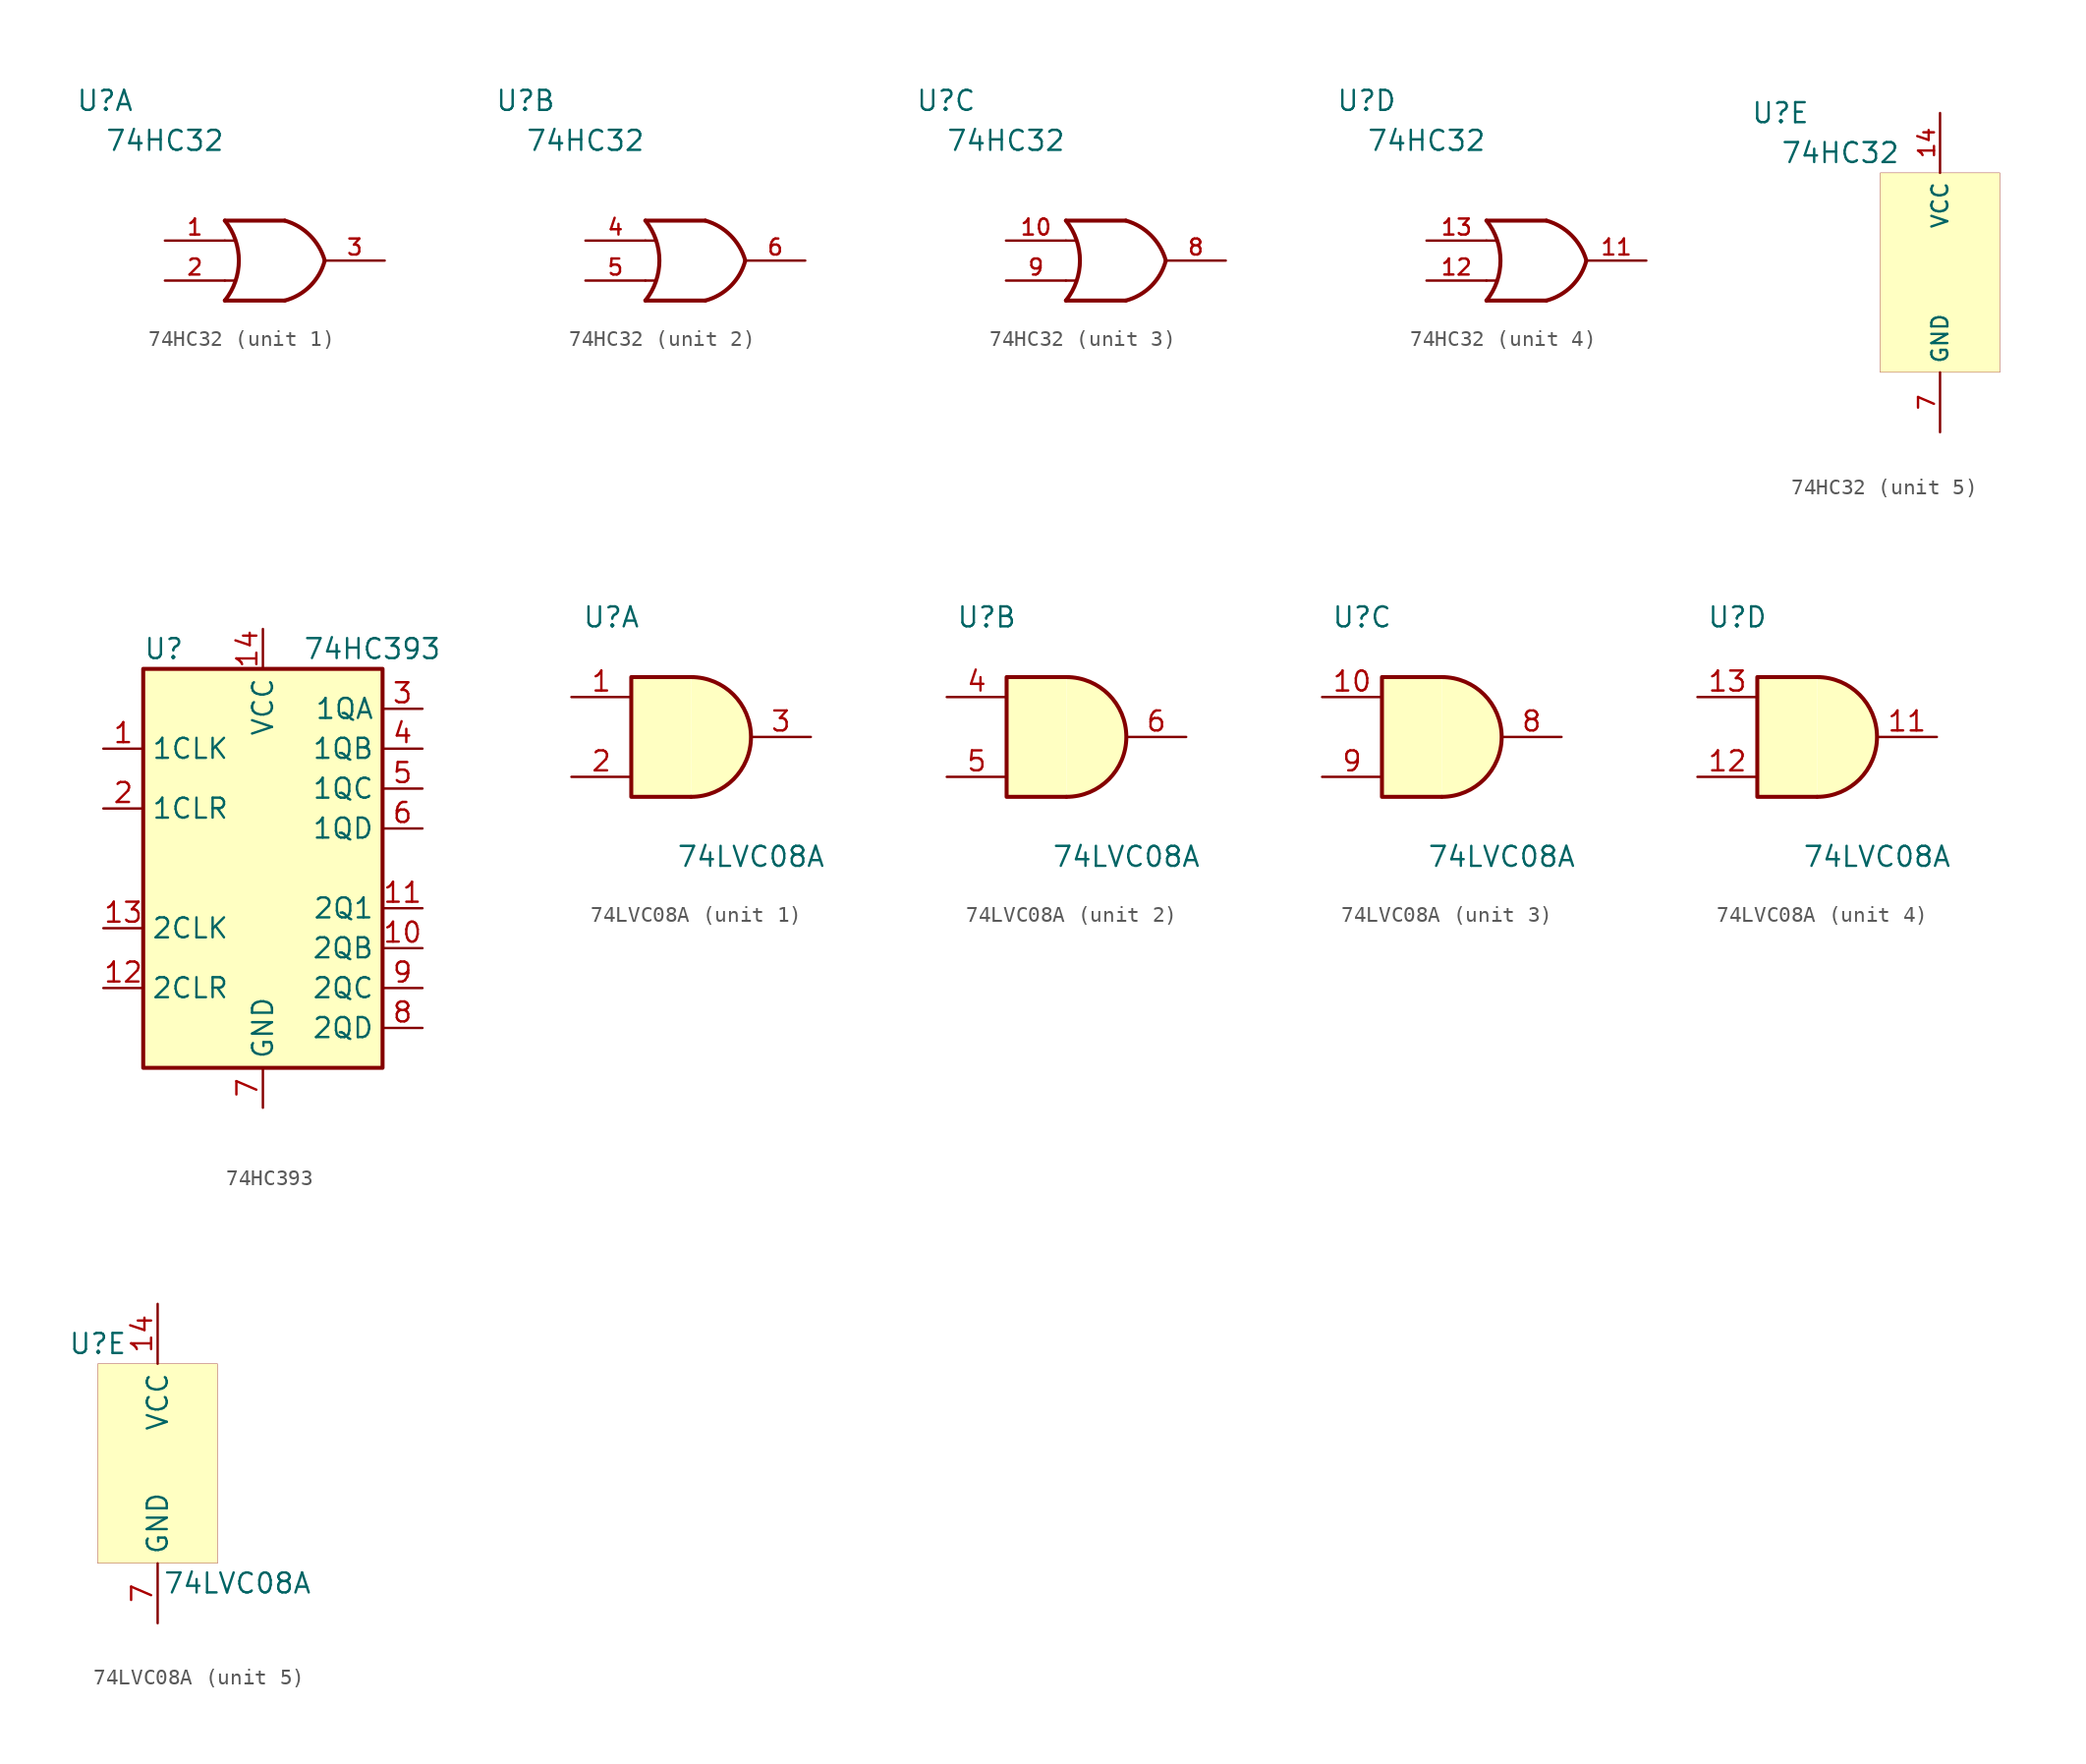
<source format=kicad_sym>
(kicad_symbol_lib
  (version 20200126)
  (host kicad_symbol_editor "(5.99.0-1879-g3bd4c0c5d)")
  (symbol "local-74xx:74HC32"
    (property "Reference" "U"
      (at -10.16 10.16 0)
      (effects (font (size 1.27 1.27))))
    (property "Value" "74HC32"
      (at -6.35 7.62 0)
      (effects (font (size 1.27 1.27))))
    (property "ki_locked" ""
      (at 0 0 0)
      (effects (font (size 1.27 1.27))))
    (symbol "74HC32_1_1"
      (arc (start -2.54 2.54) (end -2.54 -2.54) (radius (at -5.715 0) (length 4.064) (angles 38.6 -38.6)) (stroke (width 0.254)) (fill (type none)))
      (arc (start 1.27 2.54) (end 3.81 0) (radius (at 0.3048 -0.9398) (length 3.6068) (angles 74.4 15)) (stroke (width 0.254)) (fill (type none)))
      (arc (start 1.27 -2.54) (end 3.81 0) (radius (at 0.3048 0.9398) (length 3.6068) (angles -74.4 -15)) (stroke (width 0.254)) (fill (type none)))
      (polyline (pts (xy -2.54 -1.27) (xy -1.905 -1.27)) (stroke (width 0)) (fill (type none)))
      (polyline (pts (xy -2.54 1.27) (xy -1.905 1.27)) (stroke (width 0)) (fill (type none)))
      (polyline (pts (xy 1.27 -2.54) (xy -2.54 -2.54)) (stroke (width 0.254)) (fill (type background)))
      (polyline (pts (xy 1.27 2.54) (xy -2.54 2.54)) (stroke (width 0.254)) (fill (type background)))
      (pin output line (at 7.62 0 180) (length 3.81) (name "~" (effects (font (size 1.016 1.016)))) (number "3" (effects (font (size 1.016 1.016)))))
      (pin input line (at -6.35 1.27 0) (length 3.81) (name "~" (effects (font (size 1.016 1.016)))) (number "1" (effects (font (size 1.016 1.016)))))
      (pin input line (at -6.35 -1.27 0) (length 3.81) (name "~" (effects (font (size 1.016 1.016)))) (number "2" (effects (font (size 1.016 1.016))))))
    (symbol "74HC32_2_1"
      (arc (start -2.54 2.54) (end -2.54 -2.54) (radius (at -5.715 0) (length 4.064) (angles 38.6 -38.6)) (stroke (width 0.254)) (fill (type none)))
      (arc (start 1.27 2.54) (end 3.81 0) (radius (at 0.3048 -0.9398) (length 3.6068) (angles 74.4 15)) (stroke (width 0.254)) (fill (type none)))
      (arc (start 1.27 -2.54) (end 3.81 0) (radius (at 0.3048 0.9398) (length 3.6068) (angles -74.4 -15)) (stroke (width 0.254)) (fill (type none)))
      (polyline (pts (xy -2.54 -1.27) (xy -1.905 -1.27)) (stroke (width 0)) (fill (type none)))
      (polyline (pts (xy -2.54 1.27) (xy -1.905 1.27)) (stroke (width 0)) (fill (type none)))
      (polyline (pts (xy 1.27 -2.54) (xy -2.54 -2.54)) (stroke (width 0.254)) (fill (type background)))
      (polyline (pts (xy 1.27 2.54) (xy -2.54 2.54)) (stroke (width 0.254)) (fill (type background)))
      (pin input line (at -6.35 1.27 0) (length 3.81) (name "~" (effects (font (size 1.016 1.016)))) (number "4" (effects (font (size 1.016 1.016)))))
      (pin input line (at -6.35 -1.27 0) (length 3.81) (name "~" (effects (font (size 1.016 1.016)))) (number "5" (effects (font (size 1.016 1.016)))))
      (pin output line (at 7.62 0 180) (length 3.81) (name "~" (effects (font (size 1.016 1.016)))) (number "6" (effects (font (size 1.016 1.016))))))
    (symbol "74HC32_3_1"
      (arc (start -2.54 2.54) (end -2.54 -2.54) (radius (at -5.715 0) (length 4.064) (angles 38.6 -38.6)) (stroke (width 0.254)) (fill (type none)))
      (arc (start 1.27 2.54) (end 3.81 0) (radius (at 0.3048 -0.9398) (length 3.6068) (angles 74.4 15)) (stroke (width 0.254)) (fill (type none)))
      (arc (start 1.27 -2.54) (end 3.81 0) (radius (at 0.3048 0.9398) (length 3.6068) (angles -74.4 -15)) (stroke (width 0.254)) (fill (type none)))
      (polyline (pts (xy -2.54 -1.27) (xy -1.905 -1.27)) (stroke (width 0)) (fill (type none)))
      (polyline (pts (xy -2.54 1.27) (xy -1.905 1.27)) (stroke (width 0)) (fill (type none)))
      (polyline (pts (xy 1.27 -2.54) (xy -2.54 -2.54)) (stroke (width 0.254)) (fill (type background)))
      (polyline (pts (xy 1.27 2.54) (xy -2.54 2.54)) (stroke (width 0.254)) (fill (type background)))
      (pin input line (at -6.35 1.27 0) (length 3.81) (name "~" (effects (font (size 1.016 1.016)))) (number "10" (effects (font (size 1.016 1.016)))))
      (pin input line (at -6.35 -1.27 0) (length 3.81) (name "~" (effects (font (size 1.016 1.016)))) (number "9" (effects (font (size 1.016 1.016)))))
      (pin output line (at 7.62 0 180) (length 3.81) (name "~" (effects (font (size 1.016 1.016)))) (number "8" (effects (font (size 1.016 1.016))))))
    (symbol "74HC32_4_1"
      (arc (start -2.54 2.54) (end -2.54 -2.54) (radius (at -5.715 0) (length 4.064) (angles 38.6 -38.6)) (stroke (width 0.254)) (fill (type none)))
      (arc (start 1.27 2.54) (end 3.81 0) (radius (at 0.3048 -0.9398) (length 3.6068) (angles 74.4 15)) (stroke (width 0.254)) (fill (type none)))
      (arc (start 1.27 -2.54) (end 3.81 0) (radius (at 0.3048 0.9398) (length 3.6068) (angles -74.4 -15)) (stroke (width 0.254)) (fill (type none)))
      (polyline (pts (xy -2.54 -1.27) (xy -1.905 -1.27)) (stroke (width 0)) (fill (type none)))
      (polyline (pts (xy -2.54 1.27) (xy -1.905 1.27)) (stroke (width 0)) (fill (type none)))
      (polyline (pts (xy 1.27 -2.54) (xy -2.54 -2.54)) (stroke (width 0.254)) (fill (type background)))
      (polyline (pts (xy 1.27 2.54) (xy -2.54 2.54)) (stroke (width 0.254)) (fill (type background)))
      (pin input line (at -6.35 1.27 0) (length 3.81) (name "~" (effects (font (size 1.016 1.016)))) (number "13" (effects (font (size 1.016 1.016)))))
      (pin input line (at -6.35 -1.27 0) (length 3.81) (name "~" (effects (font (size 1.016 1.016)))) (number "12" (effects (font (size 1.016 1.016)))))
      (pin output line (at 7.62 0 180) (length 3.81) (name "~" (effects (font (size 1.016 1.016)))) (number "11" (effects (font (size 1.016 1.016))))))
    (symbol "74HC32_5_1"
      (rectangle (start -3.81 6.35) (end 3.81 -6.35) (stroke (width 0.001)) (fill (type background)))
      (pin power_in line (at 0 10.16 270) (length 3.81) (name "VCC" (effects (font (size 1.016 1.016)))) (number "14" (effects (font (size 1.016 1.016)))))
      (pin power_in line (at 0 -10.16 90) (length 3.81) (name "GND" (effects (font (size 1.016 1.016)))) (number "7" (effects (font (size 1.016 1.016)))))))
  (symbol "local-74xx:74HC393"
    (pin_names
      (offset 0.508))
    (property "Reference" "U"
      (at -7.62 13.97 0)
      (effects (font (size 1.27 1.27)) (justify left)))
    (property "Value" "74HC393"
      (at 2.54 13.97 0)
      (effects (font (size 1.27 1.27)) (justify left)))
    (symbol "74HC393_0_1"
      (rectangle (start -7.62 12.7) (end 7.62 -12.7) (stroke (width 0.254)) (fill (type background))))
    (symbol "74HC393_1_1"
      (pin input line (at -10.16 3.81 0) (length 2.54) (name "1CLR" (effects (font (size 1.27 1.27)))) (number "2" (effects (font (size 1.27 1.27)))))
      (pin output line (at 10.16 -2.54 180) (length 2.54) (name "2Q1" (effects (font (size 1.27 1.27)))) (number "11" (effects (font (size 1.27 1.27)))))
      (pin output line (at 10.16 -5.08 180) (length 2.54) (name "2QB" (effects (font (size 1.27 1.27)))) (number "10" (effects (font (size 1.27 1.27)))))
      (pin output line (at 10.16 -7.62 180) (length 2.54) (name "2QC" (effects (font (size 1.27 1.27)))) (number "9" (effects (font (size 1.27 1.27)))))
      (pin output line (at 10.16 -10.16 180) (length 2.54) (name "2QD" (effects (font (size 1.27 1.27)))) (number "8" (effects (font (size 1.27 1.27)))))
      (pin power_in line (at 0 15.24 270) (length 2.54) (name "VCC" (effects (font (size 1.27 1.27)))) (number "14" (effects (font (size 1.27 1.27)))))
      (pin input line (at -10.16 -3.81 0) (length 2.54) (name "2CLK" (effects (font (size 1.27 1.27)))) (number "13" (effects (font (size 1.27 1.27)))))
      (pin output line (at 10.16 10.16 180) (length 2.54) (name "1QA" (effects (font (size 1.27 1.27)))) (number "3" (effects (font (size 1.27 1.27)))))
      (pin output line (at 10.16 7.62 180) (length 2.54) (name "1QB" (effects (font (size 1.27 1.27)))) (number "4" (effects (font (size 1.27 1.27)))))
      (pin output line (at 10.16 5.08 180) (length 2.54) (name "1QC" (effects (font (size 1.27 1.27)))) (number "5" (effects (font (size 1.27 1.27)))))
      (pin output line (at 10.16 2.54 180) (length 2.54) (name "1QD" (effects (font (size 1.27 1.27)))) (number "6" (effects (font (size 1.27 1.27)))))
      (pin power_in line (at 0 -15.24 90) (length 2.54) (name "GND" (effects (font (size 1.27 1.27)))) (number "7" (effects (font (size 1.27 1.27)))))
      (pin input line (at -10.16 -7.62 0) (length 2.54) (name "2CLR" (effects (font (size 1.27 1.27)))) (number "12" (effects (font (size 1.27 1.27)))))
      (pin input line (at -10.16 7.62 0) (length 2.54) (name "1CLK" (effects (font (size 1.27 1.27)))) (number "1" (effects (font (size 1.27 1.27)))))))
  (symbol "local-74xx:74LVC08A"
    (property "Reference" "U"
      (at -3.81 7.62 0)
      (effects (font (size 1.27 1.27))))
    (property "Value" "74LVC08A"
      (at 5.08 -7.62 0)
      (effects (font (size 1.27 1.27))))
    (property "ki_locked" ""
      (at 0 0 0)
      (effects (font (size 1.27 1.27))))
    (symbol "74LVC08A_1_1"
      (arc (start 1.27 -3.81) (end 1.27 3.81) (radius (at 1.27 0) (length 3.81) (angles -89.9 89.9)) (stroke (width 0.254)) (fill (type background)))
      (polyline (pts (xy 1.27 3.81) (xy -2.54 3.81) (xy -2.54 -3.81) (xy 1.27 -3.81)) (stroke (width 0.254)) (fill (type background)))
      (pin input line (at -6.35 2.54 0) (length 3.81) (name "~" (effects (font (size 1.27 1.27)))) (number "1" (effects (font (size 1.27 1.27)))))
      (pin input line (at -6.35 -2.54 0) (length 3.81) (name "~" (effects (font (size 1.27 1.27)))) (number "2" (effects (font (size 1.27 1.27)))))
      (pin output line (at 8.89 0 180) (length 3.81) (name "~" (effects (font (size 1.27 1.27)))) (number "3" (effects (font (size 1.27 1.27))))))
    (symbol "74LVC08A_2_1"
      (arc (start 1.27 -3.81) (end 1.27 3.81) (radius (at 1.27 0) (length 3.81) (angles -89.9 89.9)) (stroke (width 0.254)) (fill (type background)))
      (polyline (pts (xy 1.27 3.81) (xy -2.54 3.81) (xy -2.54 -3.81) (xy 1.27 -3.81)) (stroke (width 0.254)) (fill (type background)))
      (pin input line (at -6.35 2.54 0) (length 3.81) (name "~" (effects (font (size 1.27 1.27)))) (number "4" (effects (font (size 1.27 1.27)))))
      (pin input line (at -6.35 -2.54 0) (length 3.81) (name "~" (effects (font (size 1.27 1.27)))) (number "5" (effects (font (size 1.27 1.27)))))
      (pin output line (at 8.89 0 180) (length 3.81) (name "~" (effects (font (size 1.27 1.27)))) (number "6" (effects (font (size 1.27 1.27))))))
    (symbol "74LVC08A_3_1"
      (arc (start 1.27 -3.81) (end 1.27 3.81) (radius (at 1.27 0) (length 3.81) (angles -89.9 89.9)) (stroke (width 0.254)) (fill (type background)))
      (polyline (pts (xy 1.27 3.81) (xy -2.54 3.81) (xy -2.54 -3.81) (xy 1.27 -3.81)) (stroke (width 0.254)) (fill (type background)))
      (pin input line (at -6.35 2.54 0) (length 3.81) (name "~" (effects (font (size 1.27 1.27)))) (number "10" (effects (font (size 1.27 1.27)))))
      (pin input line (at -6.35 -2.54 0) (length 3.81) (name "~" (effects (font (size 1.27 1.27)))) (number "9" (effects (font (size 1.27 1.27)))))
      (pin output line (at 8.89 0 180) (length 3.81) (name "~" (effects (font (size 1.27 1.27)))) (number "8" (effects (font (size 1.27 1.27))))))
    (symbol "74LVC08A_4_1"
      (arc (start 1.27 -3.81) (end 1.27 3.81) (radius (at 1.27 0) (length 3.81) (angles -89.9 89.9)) (stroke (width 0.254)) (fill (type background)))
      (polyline (pts (xy 1.27 3.81) (xy -2.54 3.81) (xy -2.54 -3.81) (xy 1.27 -3.81)) (stroke (width 0.254)) (fill (type background)))
      (pin input line (at -6.35 2.54 0) (length 3.81) (name "~" (effects (font (size 1.27 1.27)))) (number "13" (effects (font (size 1.27 1.27)))))
      (pin input line (at -6.35 -2.54 0) (length 3.81) (name "~" (effects (font (size 1.27 1.27)))) (number "12" (effects (font (size 1.27 1.27)))))
      (pin output line (at 8.89 0 180) (length 3.81) (name "~" (effects (font (size 1.27 1.27)))) (number "11" (effects (font (size 1.27 1.27))))))
    (symbol "74LVC08A_5_1"
      (rectangle (start -3.81 6.35) (end 3.81 -6.35) (stroke (width 0.001)) (fill (type background)))
      (pin power_in line (at 0 10.16 270) (length 3.81) (name "VCC" (effects (font (size 1.27 1.27)))) (number "14" (effects (font (size 1.27 1.27)))))
      (pin power_in line (at 0 -10.16 90) (length 3.81) (name "GND" (effects (font (size 1.27 1.27)))) (number "7" (effects (font (size 1.27 1.27))))))))
</source>
